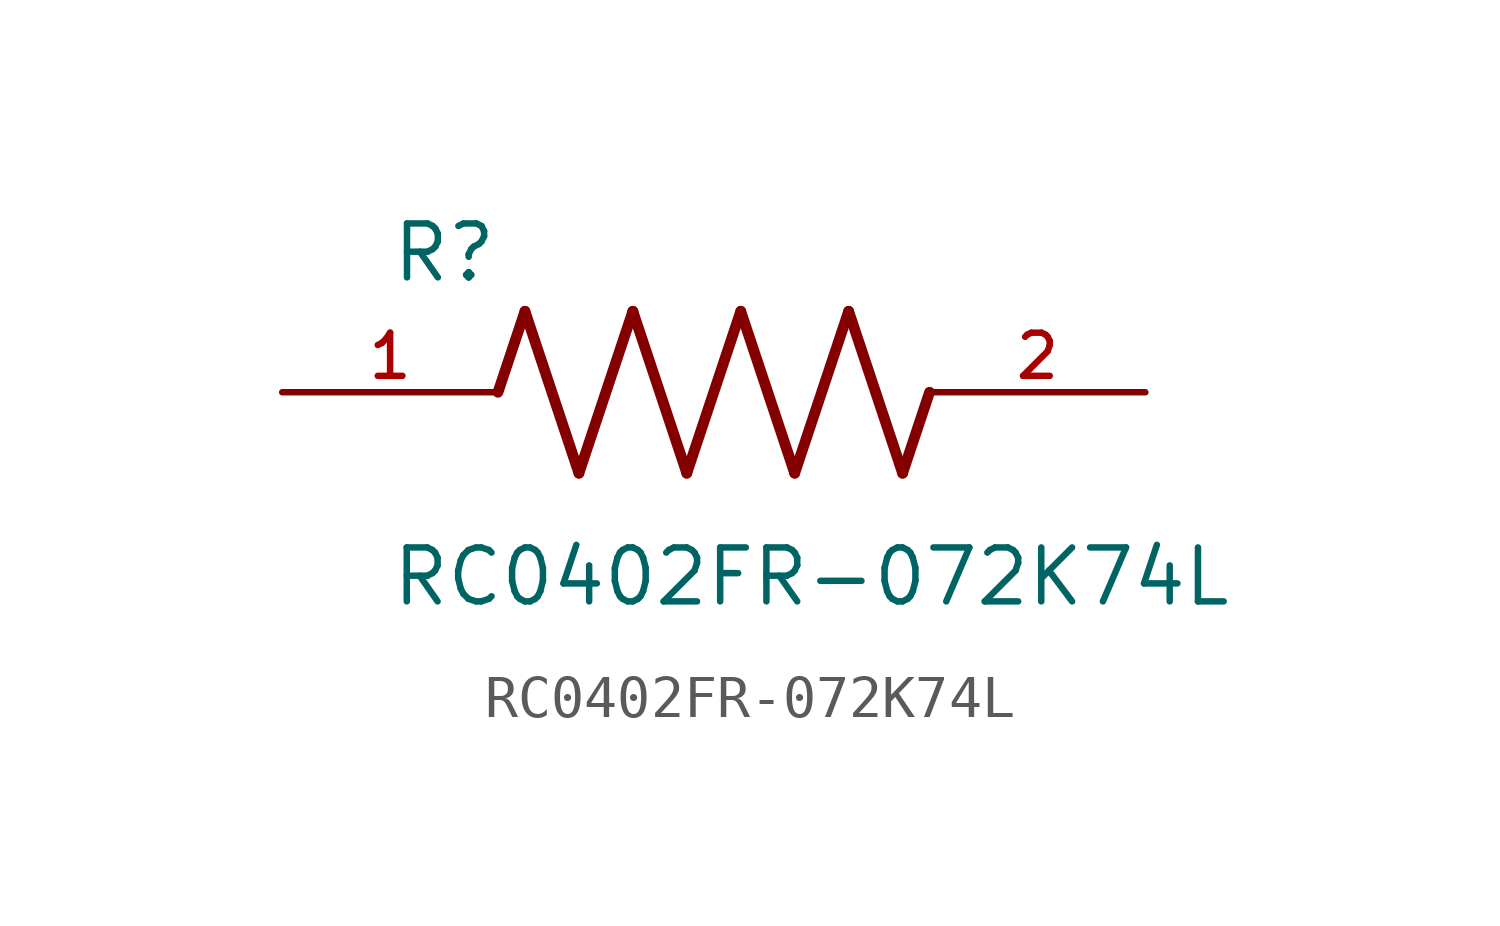
<source format=kicad_sym>
(kicad_symbol_lib
  (version 20211014)
  (generator kicad_symbol_editor)
  (symbol "RC0402FR-072K74L"
    (pin_names
      (offset 1.016))
    (property "Reference" "R"
      (at -7.624 2.541 0)
      (effects (font (size 1.27 1.27)) (justify bottom left)))
    (property "Value" "RC0402FR-072K74L"
      (at -7.63 -5.087 0)
      (effects (font (size 1.27 1.27)) (justify bottom left)))
    (symbol "RC0402FR-072K74L_0_0"
      (polyline (pts (xy -5.08 0.0) (xy -4.445 1.905)) (stroke (width 0.254)))
      (polyline (pts (xy -4.445 1.905) (xy -3.175 -1.905)) (stroke (width 0.254)))
      (polyline (pts (xy -3.175 -1.905) (xy -1.905 1.905)) (stroke (width 0.254)))
      (polyline (pts (xy -1.905 1.905) (xy -0.635 -1.905)) (stroke (width 0.254)))
      (polyline (pts (xy -0.635 -1.905) (xy 0.635 1.905)) (stroke (width 0.254)))
      (polyline (pts (xy 0.635 1.905) (xy 1.905 -1.905)) (stroke (width 0.254)))
      (polyline (pts (xy 1.905 -1.905) (xy 3.175 1.905)) (stroke (width 0.254)))
      (polyline (pts (xy 3.175 1.905) (xy 4.445 -1.905)) (stroke (width 0.254)))
      (polyline (pts (xy 4.445 -1.905) (xy 5.08 0.0)) (stroke (width 0.254)))
      (pin passive line (at -10.16 0.0 0) (length 5.08) (name "~" (effects (font (size 1.016 1.016)))) (number "1" (effects (font (size 1.016 1.016)))))
      (pin passive line (at 10.16 0.0 180.0) (length 5.08) (name "~" (effects (font (size 1.016 1.016)))) (number "2" (effects (font (size 1.016 1.016))))))))
</source>
